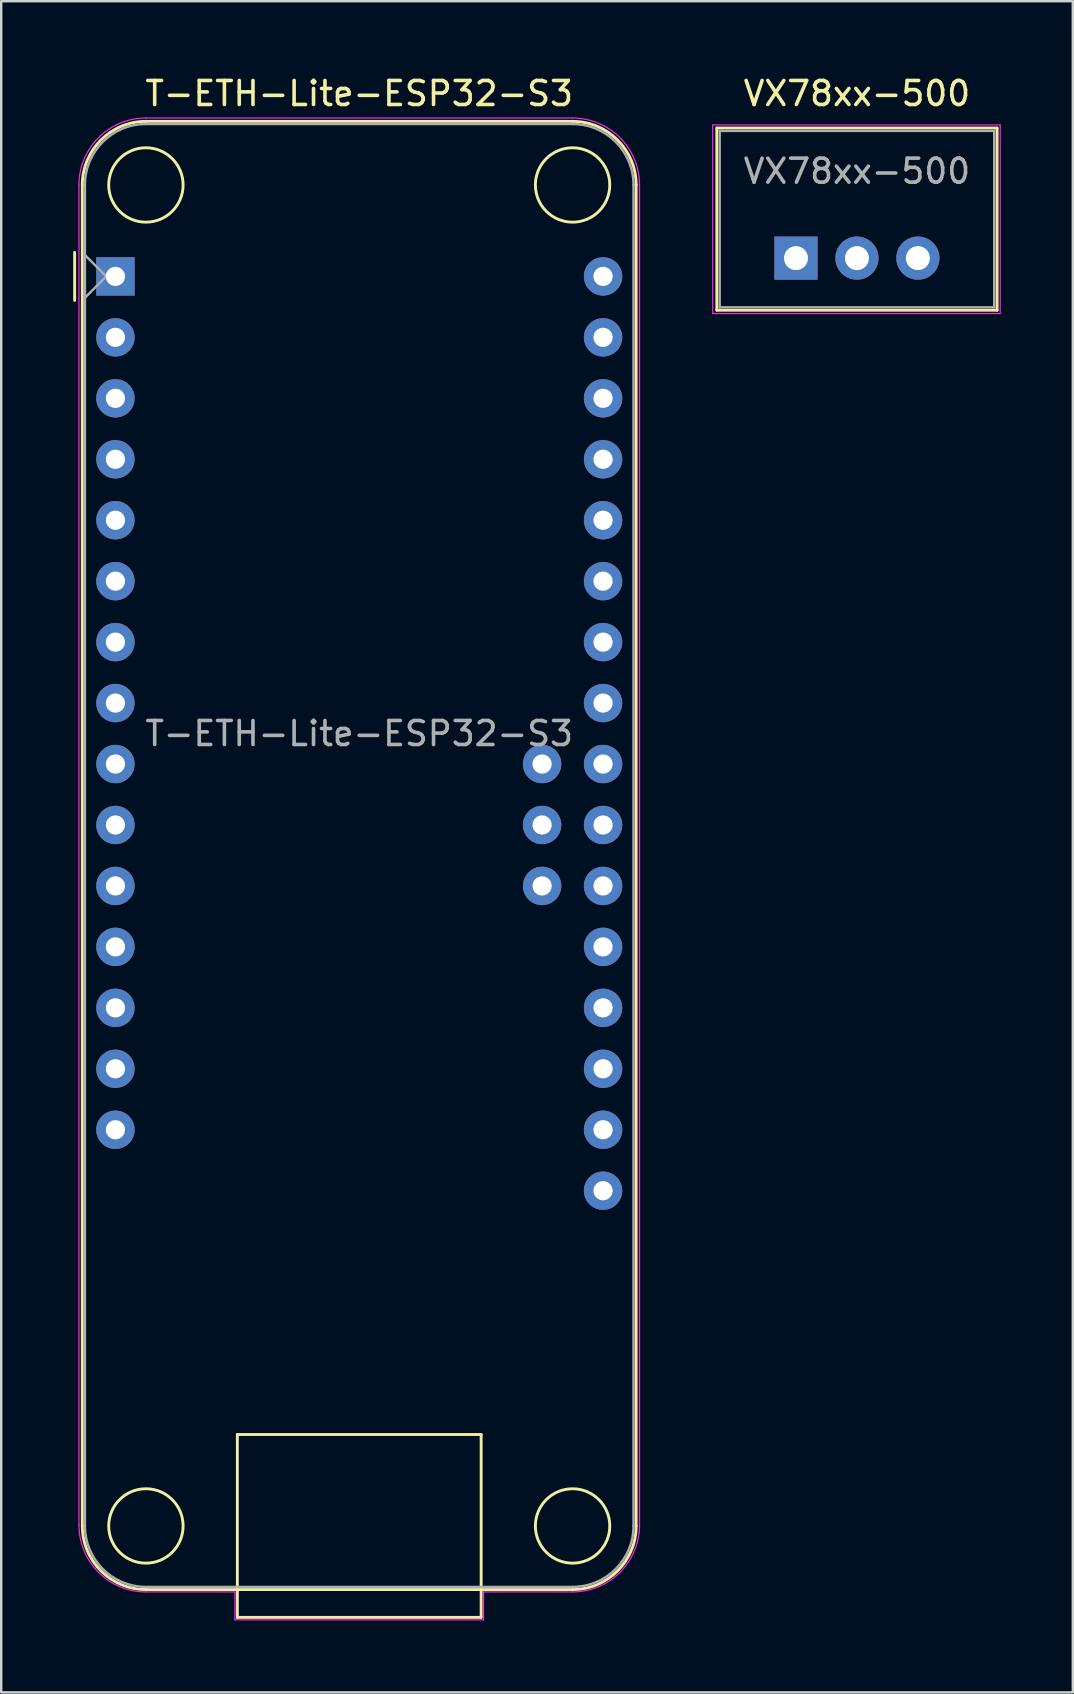
<source format=kicad_pcb>
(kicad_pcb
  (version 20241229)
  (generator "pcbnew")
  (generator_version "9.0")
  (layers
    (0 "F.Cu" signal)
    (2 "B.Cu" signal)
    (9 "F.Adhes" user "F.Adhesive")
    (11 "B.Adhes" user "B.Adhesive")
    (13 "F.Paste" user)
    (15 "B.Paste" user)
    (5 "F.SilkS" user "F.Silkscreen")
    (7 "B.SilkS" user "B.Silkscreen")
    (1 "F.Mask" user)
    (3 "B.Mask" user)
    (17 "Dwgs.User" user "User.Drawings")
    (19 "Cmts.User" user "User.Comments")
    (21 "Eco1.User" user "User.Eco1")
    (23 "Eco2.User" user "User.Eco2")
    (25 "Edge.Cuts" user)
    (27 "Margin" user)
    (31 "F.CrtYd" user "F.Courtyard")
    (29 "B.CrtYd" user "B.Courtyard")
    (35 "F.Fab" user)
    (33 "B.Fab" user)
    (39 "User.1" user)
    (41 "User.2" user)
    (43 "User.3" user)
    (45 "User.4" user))
  (footprint "VX78xx-500"
    (layer "F.Cu")
    (at 30.12 7.706)
    (property "Reference" "VX78xx-500" (at 2.54 -6.858 0) (layer "F.SilkS") (effects (font (size 1 1) (thickness 0.15))))
    (attr through_hole)
    (fp_line (start -3.3 -5.42) (end -3.3 2.171) (stroke (width 0.12) (type solid)) (layer "F.SilkS"))
    (fp_line (start -3.3 -5.42) (end 8.38 -5.42) (stroke (width 0.12) (type solid)) (layer "F.SilkS"))
    (fp_line (start -3.3 2.171) (end 8.38 2.171) (stroke (width 0.12) (type solid)) (layer "F.SilkS"))
    (fp_line (start 8.38 -5.42) (end 8.38 2.171) (stroke (width 0.12) (type solid)) (layer "F.SilkS"))
    (fp_line (start -3.47 -5.55) (end -3.47 2.31) (stroke (width 0.05) (type solid)) (layer "F.CrtYd"))
    (fp_line (start -3.47 2.31) (end 8.51 2.31) (stroke (width 0.05) (type solid)) (layer "F.CrtYd"))
    (fp_line (start 8.51 -5.55) (end -3.47 -5.55) (stroke (width 0.05) (type solid)) (layer "F.CrtYd"))
    (fp_line (start 8.51 2.31) (end 8.51 -5.55) (stroke (width 0.05) (type solid)) (layer "F.CrtYd"))
    (fp_line (start -3.18 -5.3) (end -3.18 2.05) (stroke (width 0.1) (type solid)) (layer "F.Fab"))
    (fp_line (start -3.18 2.05) (end 8.26 2.05) (stroke (width 0.1) (type solid)) (layer "F.Fab"))
    (fp_line (start 8.26 -5.3) (end -3.18 -5.3) (stroke (width 0.1) (type solid)) (layer "F.Fab"))
    (fp_line (start 8.26 2.05) (end 8.26 -5.3) (stroke (width 0.1) (type solid)) (layer "F.Fab"))
    (fp_text user "${REFERENCE}" (at 2.54 -3.62 0) (layer "F.Fab") (effects (font (size 1 1) (thickness 0.15))))
    (pad "1" thru_hole rect (at 0 0) (size 1.8 1.8) (drill 1) (layers "*.Cu" "*.Mask"))
    (pad "2" thru_hole oval (at 2.54 0) (size 1.8 1.8) (drill 1) (layers "*.Cu" "*.Mask"))
    (pad "3" thru_hole oval (at 5.08 0) (size 1.8 1.8) (drill 1) (layers "*.Cu" "*.Mask")))
  (footprint "T-ETH-Lite-ESP32-S3"
    (layer "F.Cu")
    (at 1.76 8.468)
    (property "Reference" "T-ETH-Lite-ESP32-S3" (at 10.16 -7.62 0) (layer "F.SilkS") (effects (font (size 1 1) (thickness 0.15))))
    (attr through_hole)
    (fp_line (start -1.7 1) (end -1.7 -1) (stroke (width 0.12) (type solid)) (layer "F.SilkS"))
    (fp_line (start -1.38 -3.81) (end -1.38 52.07) (stroke (width 0.12) (type solid)) (layer "F.SilkS"))
    (fp_line (start 5.08 48.26) (end 15.24 48.26) (stroke (width 0.12) (type solid)) (layer "F.SilkS"))
    (fp_line (start 5.08 55.88) (end 5.08 48.26) (stroke (width 0.12) (type solid)) (layer "F.SilkS"))
    (fp_line (start 15.24 48.26) (end 15.24 55.88) (stroke (width 0.12) (type solid)) (layer "F.SilkS"))
    (fp_line (start 15.24 55.88) (end 5.08 55.88) (stroke (width 0.12) (type solid)) (layer "F.SilkS"))
    (fp_line (start 19.05 -6.46) (end 1.27 -6.46) (stroke (width 0.12) (type solid)) (layer "F.SilkS"))
    (fp_line (start 19.05 54.72) (end 1.27 54.72) (stroke (width 0.12) (type solid)) (layer "F.SilkS"))
    (fp_line (start 21.7 -3.81) (end 21.7 52.07) (stroke (width 0.12) (type solid)) (layer "F.SilkS"))
    (fp_arc (start -1.38 -3.81) (mid -0.603833 -5.683833) (end 1.27 -6.46) (stroke (width 0.12) (type solid)) (layer "F.SilkS"))
    (fp_arc (start 1.27 54.72) (mid -0.603833 53.943833) (end -1.38 52.07) (stroke (width 0.12) (type solid)) (layer "F.SilkS"))
    (fp_arc (start 19.05 -6.46) (mid 20.923833 -5.683833) (end 21.7 -3.81) (stroke (width 0.12) (type solid)) (layer "F.SilkS"))
    (fp_arc (start 21.7 52.07) (mid 20.923833 53.943833) (end 19.05 54.72) (stroke (width 0.12) (type solid)) (layer "F.SilkS"))
    (fp_circle (center 1.27 -3.81) (end 2.82 -3.81) (stroke (width 0.12) (type solid)) (fill no) (layer "F.SilkS"))
    (fp_circle (center 1.27 52.07) (end 2.82 52.07) (stroke (width 0.12) (type solid)) (fill no) (layer "F.SilkS"))
    (fp_circle (center 19.05 -3.81) (end 20.6 -3.81) (stroke (width 0.12) (type solid)) (fill no) (layer "F.SilkS"))
    (fp_circle (center 19.05 52.07) (end 20.6 52.07) (stroke (width 0.12) (type solid)) (fill no) (layer "F.SilkS"))
    (fp_line (start -1.52 52.03) (end -1.52 -3.81) (stroke (width 0.05) (type solid)) (layer "F.CrtYd"))
    (fp_line (start 4.98 54.82) (end 1.27 54.82) (stroke (width 0.05) (type solid)) (layer "F.CrtYd"))
    (fp_line (start 4.98 55.98) (end 4.98 54.82) (stroke (width 0.05) (type solid)) (layer "F.CrtYd"))
    (fp_line (start 4.98 55.98) (end 15.34 55.98) (stroke (width 0.05) (type solid)) (layer "F.CrtYd"))
    (fp_line (start 15.34 54.82) (end 15.34 55.98) (stroke (width 0.05) (type solid)) (layer "F.CrtYd"))
    (fp_line (start 19.05 -6.6) (end 1.27 -6.6) (stroke (width 0.05) (type solid)) (layer "F.CrtYd"))
    (fp_line (start 19.05 54.82) (end 15.34 54.82) (stroke (width 0.05) (type solid)) (layer "F.CrtYd"))
    (fp_line (start 21.84 52.03) (end 21.84 -3.81) (stroke (width 0.05) (type solid)) (layer "F.CrtYd"))
    (fp_arc (start -1.52 -3.81) (mid -0.702828 -5.782828) (end 1.27 -6.6) (stroke (width 0.05) (type solid)) (layer "F.CrtYd"))
    (fp_arc (start 1.27 54.82) (mid -0.702828 54.002828) (end -1.52 52.03) (stroke (width 0.05) (type solid)) (layer "F.CrtYd"))
    (fp_arc (start 19.05 -6.6) (mid 21.022828 -5.782828) (end 21.84 -3.81) (stroke (width 0.05) (type solid)) (layer "F.CrtYd"))
    (fp_arc (start 21.84 52.03) (mid 21.022828 54.002828) (end 19.05 54.82) (stroke (width 0.05) (type solid)) (layer "F.CrtYd"))
    (fp_line (start -1.27 -3.81) (end -1.27 52.07) (stroke (width 0.1) (type solid)) (layer "F.Fab"))
    (fp_line (start -1.27 -0.889) (end -0.381 0) (stroke (width 0.1) (type solid)) (layer "F.Fab"))
    (fp_line (start -0.381 0) (end -1.27 0.889) (stroke (width 0.1) (type solid)) (layer "F.Fab"))
    (fp_line (start 1.27 54.61) (end 19.05 54.61) (stroke (width 0.1) (type solid)) (layer "F.Fab"))
    (fp_line (start 19.05 -6.35) (end 1.27 -6.35) (stroke (width 0.1) (type solid)) (layer "F.Fab"))
    (fp_line (start 21.59 52.07) (end 21.59 -3.81) (stroke (width 0.1) (type solid)) (layer "F.Fab"))
    (fp_arc (start -1.27 -3.81) (mid -0.526051 -5.606051) (end 1.27 -6.35) (stroke (width 0.1) (type solid)) (layer "F.Fab"))
    (fp_arc (start 1.221238 54.61) (mid -0.543305 53.848962) (end -1.27 52.07) (stroke (width 0.1) (type solid)) (layer "F.Fab"))
    (fp_arc (start 19.05 -6.35) (mid 20.846051 -5.606051) (end 21.59 -3.81) (stroke (width 0.1) (type solid)) (layer "F.Fab"))
    (fp_arc (start 21.59 52.07) (mid 20.846051 53.866051) (end 19.05 54.61) (stroke (width 0.1) (type solid)) (layer "F.Fab"))
    (fp_text user "${REFERENCE}" (at 10.16 19.05 180) (layer "F.Fab") (effects (font (size 1 1) (thickness 0.15))))
    (pad "1" thru_hole rect (at 0 0 180) (size 1.6 1.6) (drill 0.8) (layers "*.Cu" "*.Mask"))
    (pad "2" thru_hole circle (at 0 2.54 180) (size 1.6 1.6) (drill 0.8) (layers "*.Cu" "*.Mask"))
    (pad "3" thru_hole circle (at 0 5.08 180) (size 1.6 1.6) (drill 0.8) (layers "*.Cu" "*.Mask"))
    (pad "4" thru_hole circle (at 0 7.62 180) (size 1.6 1.6) (drill 0.8) (layers "*.Cu" "*.Mask"))
    (pad "5" thru_hole circle (at 0 10.16 180) (size 1.6 1.6) (drill 0.8) (layers "*.Cu" "*.Mask"))
    (pad "6" thru_hole circle (at 0 12.7 180) (size 1.6 1.6) (drill 0.8) (layers "*.Cu" "*.Mask"))
    (pad "7" thru_hole circle (at 0 15.24 180) (size 1.6 1.6) (drill 0.8) (layers "*.Cu" "*.Mask"))
    (pad "8" thru_hole circle (at 0 17.78 180) (size 1.6 1.6) (drill 0.8) (layers "*.Cu" "*.Mask"))
    (pad "9" thru_hole circle (at 0 20.32 180) (size 1.6 1.6) (drill 0.8) (layers "*.Cu" "*.Mask"))
    (pad "10" thru_hole circle (at 0 22.86 180) (size 1.6 1.6) (drill 0.8) (layers "*.Cu" "*.Mask"))
    (pad "11" thru_hole circle (at 0 25.4 180) (size 1.6 1.6) (drill 0.8) (layers "*.Cu" "*.Mask"))
    (pad "12" thru_hole circle (at 0 27.94 180) (size 1.6 1.6) (drill 0.8) (layers "*.Cu" "*.Mask"))
    (pad "13" thru_hole circle (at 0 30.48 180) (size 1.6 1.6) (drill 0.8) (layers "*.Cu" "*.Mask"))
    (pad "14" thru_hole circle (at 0 33.02 180) (size 1.6 1.6) (drill 0.8) (layers "*.Cu" "*.Mask"))
    (pad "15" thru_hole circle (at 0 35.56 180) (size 1.6 1.6) (drill 0.8) (layers "*.Cu" "*.Mask"))
    (pad "16" thru_hole circle (at 20.32 38.1 180) (size 1.6 1.6) (drill 0.8) (layers "*.Cu" "*.Mask"))
    (pad "17" thru_hole circle (at 20.32 35.56 180) (size 1.6 1.6) (drill 0.8) (layers "*.Cu" "*.Mask"))
    (pad "18" thru_hole circle (at 20.32 33.02 180) (size 1.6 1.6) (drill 0.8) (layers "*.Cu" "*.Mask"))
    (pad "19" thru_hole circle (at 20.32 30.48 180) (size 1.6 1.6) (drill 0.8) (layers "*.Cu" "*.Mask"))
    (pad "20" thru_hole circle (at 20.32 27.94 180) (size 1.6 1.6) (drill 0.8) (layers "*.Cu" "*.Mask"))
    (pad "21" thru_hole circle (at 20.32 25.4 180) (size 1.6 1.6) (drill 0.8) (layers "*.Cu" "*.Mask"))
    (pad "21B" thru_hole circle (at 17.78 25.4 180) (size 1.6 1.6) (drill 0.8) (layers "*.Cu" "*.Mask"))
    (pad "22" thru_hole circle (at 20.32 22.86 180) (size 1.6 1.6) (drill 0.8) (layers "*.Cu" "*.Mask"))
    (pad "22B" thru_hole circle (at 17.78 22.86 180) (size 1.6 1.6) (drill 0.8) (layers "*.Cu" "*.Mask"))
    (pad "23" thru_hole circle (at 17.78 20.32 180) (size 1.6 1.6) (drill 0.8) (layers "*.Cu" "*.Mask"))
    (pad "23" thru_hole circle (at 20.32 20.32 180) (size 1.6 1.6) (drill 0.8) (layers "*.Cu" "*.Mask"))
    (pad "24" thru_hole circle (at 20.32 17.78 180) (size 1.6 1.6) (drill 0.8) (layers "*.Cu" "*.Mask"))
    (pad "25" thru_hole circle (at 20.32 15.24 180) (size 1.6 1.6) (drill 0.8) (layers "*.Cu" "*.Mask"))
    (pad "26" thru_hole circle (at 20.32 5.08 180) (size 1.6 1.6) (drill 0.8) (layers "*.Cu" "*.Mask"))
    (pad "26" thru_hole circle (at 20.32 12.7 180) (size 1.6 1.6) (drill 0.8) (layers "*.Cu" "*.Mask"))
    (pad "27" thru_hole circle (at 20.32 2.54 180) (size 1.6 1.6) (drill 0.8) (layers "*.Cu" "*.Mask"))
    (pad "27" thru_hole circle (at 20.32 10.16 180) (size 1.6 1.6) (drill 0.8) (layers "*.Cu" "*.Mask"))
    (pad "28" thru_hole circle (at 20.32 7.62 180) (size 1.6 1.6) (drill 0.8) (layers "*.Cu" "*.Mask"))
    (pad "31" thru_hole circle (at 20.32 0 180) (size 1.6 1.6) (drill 0.8) (layers "*.Cu" "*.Mask")))
  (gr_rect
    (start -3 -3)
    (end 41.655 67.473)
    (stroke (width 0.1) (type default))
    (fill no)
    (layer "Edge.Cuts")))
</source>
